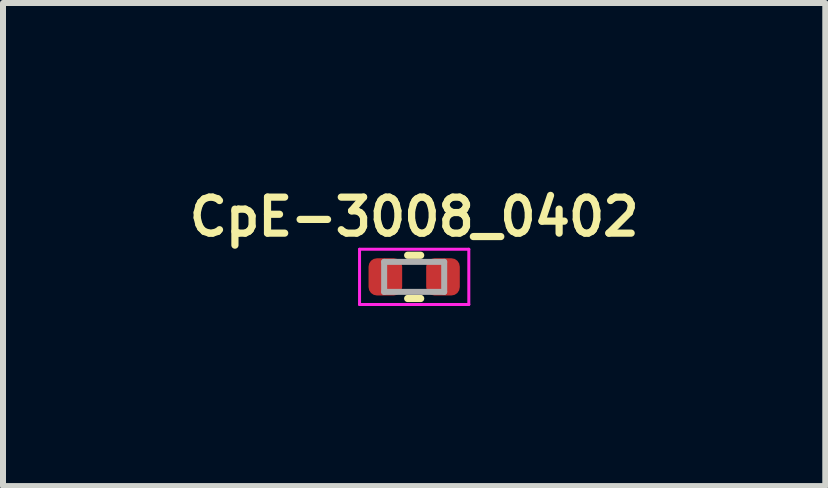
<source format=kicad_pcb>
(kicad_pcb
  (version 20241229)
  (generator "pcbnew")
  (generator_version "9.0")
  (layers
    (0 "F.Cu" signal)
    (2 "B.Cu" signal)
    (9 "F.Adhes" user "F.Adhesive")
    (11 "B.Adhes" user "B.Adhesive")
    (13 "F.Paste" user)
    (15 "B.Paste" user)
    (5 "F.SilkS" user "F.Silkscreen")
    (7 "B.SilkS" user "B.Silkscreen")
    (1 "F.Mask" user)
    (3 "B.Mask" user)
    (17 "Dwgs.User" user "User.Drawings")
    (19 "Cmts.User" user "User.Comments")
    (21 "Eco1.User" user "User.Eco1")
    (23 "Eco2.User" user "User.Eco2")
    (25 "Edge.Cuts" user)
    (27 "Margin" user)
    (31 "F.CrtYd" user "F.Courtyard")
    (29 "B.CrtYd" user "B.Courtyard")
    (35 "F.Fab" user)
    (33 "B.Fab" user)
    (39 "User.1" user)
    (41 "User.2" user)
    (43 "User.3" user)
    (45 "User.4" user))
  (footprint "CpE-3008_0402"
    (layer "F.Cu")
    (at 3.849 1.562)
    (property "Reference" "CpE-3008_0402" (at 0 -1 0) (layer "F.SilkS") (effects (font (size 0.6 0.6) (thickness 0.12))))
    (attr through_hole)
    (fp_line (start -0.108 -0.36) (end 0.108 -0.36) (stroke (width 0.12) (type solid)) (layer "F.SilkS"))
    (fp_line (start -0.108 0.36) (end 0.108 0.36) (stroke (width 0.12) (type solid)) (layer "F.SilkS"))
    (fp_line (start -0.91 -0.46) (end 0.91 -0.46) (stroke (width 0.05) (type solid)) (layer "F.CrtYd"))
    (fp_line (start -0.91 0.46) (end -0.91 -0.46) (stroke (width 0.05) (type solid)) (layer "F.CrtYd"))
    (fp_line (start 0.91 -0.46) (end 0.91 0.46) (stroke (width 0.05) (type solid)) (layer "F.CrtYd"))
    (fp_line (start 0.91 0.46) (end -0.91 0.46) (stroke (width 0.05) (type solid)) (layer "F.CrtYd"))
    (fp_line (start -0.5 -0.25) (end 0.5 -0.25) (stroke (width 0.1) (type solid)) (layer "F.Fab"))
    (fp_line (start -0.5 0.25) (end -0.5 -0.25) (stroke (width 0.1) (type solid)) (layer "F.Fab"))
    (fp_line (start 0.5 -0.25) (end 0.5 0.25) (stroke (width 0.1) (type solid)) (layer "F.Fab"))
    (fp_line (start 0.5 0.25) (end -0.5 0.25) (stroke (width 0.1) (type solid)) (layer "F.Fab"))
    (pad "1" smd roundrect (at -0.48 0) (size 0.56 0.62) (layers "F.Cu" "F.Mask" "F.Paste") (roundrect_rratio 0.25))
    (pad "2" smd roundrect (at 0.48 0) (size 0.56 0.62) (layers "F.Cu" "F.Mask" "F.Paste") (roundrect_rratio 0.25)))
  (gr_rect
    (start -3 -3)
    (end 10.697 5.047)
    (stroke (width 0.1) (type default))
    (fill no)
    (layer "Edge.Cuts")))
</source>
